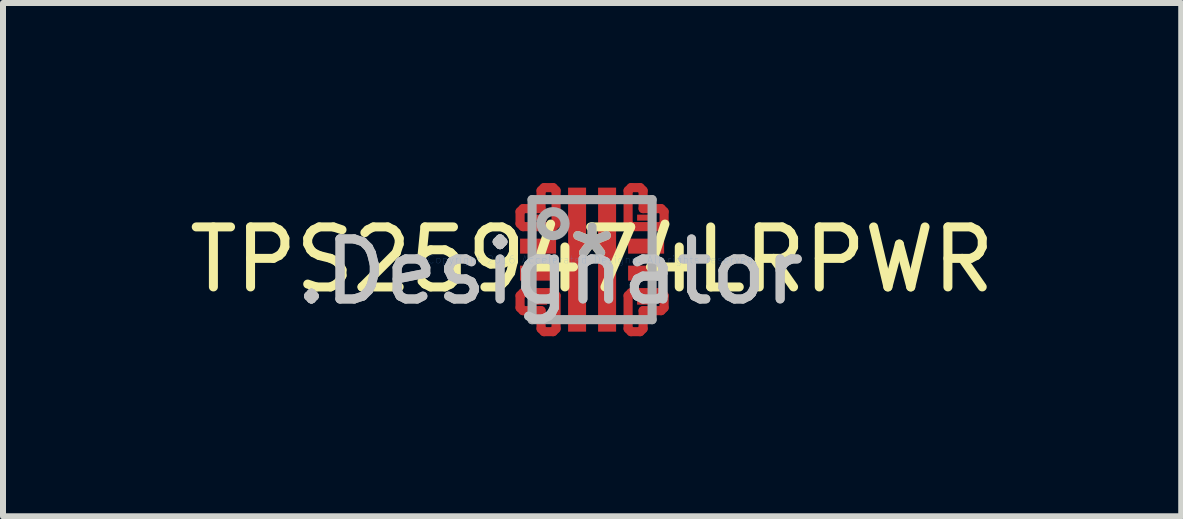
<source format=kicad_pcb>
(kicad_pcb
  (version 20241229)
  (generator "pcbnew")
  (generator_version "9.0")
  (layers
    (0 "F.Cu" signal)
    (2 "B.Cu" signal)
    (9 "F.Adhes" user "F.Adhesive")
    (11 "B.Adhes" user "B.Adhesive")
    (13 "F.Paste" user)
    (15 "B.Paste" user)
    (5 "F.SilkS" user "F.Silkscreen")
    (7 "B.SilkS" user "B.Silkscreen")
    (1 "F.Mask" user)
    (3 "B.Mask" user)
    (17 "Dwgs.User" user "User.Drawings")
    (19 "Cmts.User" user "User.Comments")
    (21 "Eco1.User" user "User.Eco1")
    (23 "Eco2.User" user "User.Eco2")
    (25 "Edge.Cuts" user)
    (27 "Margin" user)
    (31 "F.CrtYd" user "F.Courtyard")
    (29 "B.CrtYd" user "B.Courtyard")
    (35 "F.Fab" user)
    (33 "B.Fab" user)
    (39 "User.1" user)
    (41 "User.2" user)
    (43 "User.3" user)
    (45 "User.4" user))
  (footprint "TPS259474LRPWR"
    (layer "F.Cu")
    (at 6.815 1.276)
    (property "Reference" "TPS259474LRPWR" (at 0 0 0) (layer "F.SilkS") (effects (font (size 1 1) (thickness 0.15))))
    (attr through_hole)
    (fp_line (start -1.2 -0.6) (end -1.15 -0.55) (stroke (width 0.152) (type solid)) (layer "F.Cu"))
    (fp_line (start -1.2 0.6) (end -1.15 0.55) (stroke (width 0.152) (type solid)) (layer "F.Cu"))
    (fp_line (start -1.2 -0.8) (end -1.2 -0.6) (stroke (width 0.152) (type solid)) (layer "F.Cu"))
    (fp_line (start -1.2 0.8) (end -1.2 0.6) (stroke (width 0.152) (type solid)) (layer "F.Cu"))
    (fp_line (start -1.15 -0.85) (end -1.2 -0.8) (stroke (width 0.152) (type solid)) (layer "F.Cu"))
    (fp_line (start -1.15 -0.55) (end -0.65 -0.55) (stroke (width 0.152) (type solid)) (layer "F.Cu"))
    (fp_line (start -1.15 0.55) (end -0.65 0.55) (stroke (width 0.152) (type solid)) (layer "F.Cu"))
    (fp_line (start -1.15 0.85) (end -1.2 0.8) (stroke (width 0.152) (type solid)) (layer "F.Cu"))
    (fp_line (start -0.85 -1.15) (end -0.85 -0.85) (stroke (width 0.152) (type solid)) (layer "F.Cu"))
    (fp_line (start -0.85 -0.85) (end -1.15 -0.85) (stroke (width 0.152) (type solid)) (layer "F.Cu"))
    (fp_line (start -0.85 0.85) (end -1.15 0.85) (stroke (width 0.152) (type solid)) (layer "F.Cu"))
    (fp_line (start -0.85 1.15) (end -0.85 0.85) (stroke (width 0.152) (type solid)) (layer "F.Cu"))
    (fp_line (start -0.8 -1.2) (end -0.85 -1.15) (stroke (width 0.152) (type solid)) (layer "F.Cu"))
    (fp_line (start -0.8 1.2) (end -0.85 1.15) (stroke (width 0.152) (type solid)) (layer "F.Cu"))
    (fp_line (start -0.65 -1.2) (end -0.8 -1.2) (stroke (width 0.152) (type solid)) (layer "F.Cu"))
    (fp_line (start -0.65 -0.55) (end -0.6 -0.6) (stroke (width 0.152) (type solid)) (layer "F.Cu"))
    (fp_line (start -0.65 0.55) (end -0.6 0.6) (stroke (width 0.152) (type solid)) (layer "F.Cu"))
    (fp_line (start -0.65 1.2) (end -0.8 1.2) (stroke (width 0.152) (type solid)) (layer "F.Cu"))
    (fp_line (start -0.6 -1.15) (end -0.65 -1.2) (stroke (width 0.152) (type solid)) (layer "F.Cu"))
    (fp_line (start -0.6 -0.6) (end -0.6 -1.15) (stroke (width 0.152) (type solid)) (layer "F.Cu"))
    (fp_line (start -0.6 0.6) (end -0.6 1.15) (stroke (width 0.152) (type solid)) (layer "F.Cu"))
    (fp_line (start -0.6 1.15) (end -0.65 1.2) (stroke (width 0.152) (type solid)) (layer "F.Cu"))
    (fp_line (start 0.6 -1.15) (end 0.65 -1.2) (stroke (width 0.152) (type solid)) (layer "F.Cu"))
    (fp_line (start 0.6 -0.6) (end 0.6 -1.15) (stroke (width 0.152) (type solid)) (layer "F.Cu"))
    (fp_line (start 0.6 0.6) (end 0.6 1.15) (stroke (width 0.152) (type solid)) (layer "F.Cu"))
    (fp_line (start 0.6 1.15) (end 0.65 1.2) (stroke (width 0.152) (type solid)) (layer "F.Cu"))
    (fp_line (start 0.65 -1.2) (end 0.8 -1.2) (stroke (width 0.152) (type solid)) (layer "F.Cu"))
    (fp_line (start 0.65 -0.55) (end 0.6 -0.6) (stroke (width 0.152) (type solid)) (layer "F.Cu"))
    (fp_line (start 0.65 0.55) (end 0.6 0.6) (stroke (width 0.152) (type solid)) (layer "F.Cu"))
    (fp_line (start 0.65 1.2) (end 0.8 1.2) (stroke (width 0.152) (type solid)) (layer "F.Cu"))
    (fp_line (start 0.8 -1.2) (end 0.85 -1.15) (stroke (width 0.152) (type solid)) (layer "F.Cu"))
    (fp_line (start 0.8 1.2) (end 0.85 1.15) (stroke (width 0.152) (type solid)) (layer "F.Cu"))
    (fp_line (start 0.85 -1.15) (end 0.85 -0.85) (stroke (width 0.152) (type solid)) (layer "F.Cu"))
    (fp_line (start 0.85 -0.85) (end 1.15 -0.85) (stroke (width 0.152) (type solid)) (layer "F.Cu"))
    (fp_line (start 0.85 0.85) (end 1.15 0.85) (stroke (width 0.152) (type solid)) (layer "F.Cu"))
    (fp_line (start 0.85 1.15) (end 0.85 0.85) (stroke (width 0.152) (type solid)) (layer "F.Cu"))
    (fp_line (start 1.15 -0.85) (end 1.2 -0.8) (stroke (width 0.152) (type solid)) (layer "F.Cu"))
    (fp_line (start 1.15 -0.55) (end 0.65 -0.55) (stroke (width 0.152) (type solid)) (layer "F.Cu"))
    (fp_line (start 1.15 0.55) (end 0.65 0.55) (stroke (width 0.152) (type solid)) (layer "F.Cu"))
    (fp_line (start 1.15 0.85) (end 1.2 0.8) (stroke (width 0.152) (type solid)) (layer "F.Cu"))
    (fp_line (start 1.2 -0.8) (end 1.2 -0.6) (stroke (width 0.152) (type solid)) (layer "F.Cu"))
    (fp_line (start 1.2 0.8) (end 1.2 0.6) (stroke (width 0.152) (type solid)) (layer "F.Cu"))
    (fp_line (start 1.2 -0.6) (end 1.15 -0.55) (stroke (width 0.152) (type solid)) (layer "F.Cu"))
    (fp_line (start 1.2 0.6) (end 1.15 0.55) (stroke (width 0.152) (type solid)) (layer "F.Cu"))
    (fp_line (start -1.2 -0.6) (end -1.2 -0.8) (stroke (width 0.152) (type solid)) (layer "F.Mask"))
    (fp_line (start -1.2 0.6) (end -1.15 0.55) (stroke (width 0.152) (type solid)) (layer "F.Mask"))
    (fp_line (start -1.2 -0.8) (end -1.15 -0.85) (stroke (width 0.152) (type solid)) (layer "F.Mask"))
    (fp_line (start -1.2 0.8) (end -1.2 0.6) (stroke (width 0.152) (type solid)) (layer "F.Mask"))
    (fp_line (start -1.15 -0.85) (end -0.85 -0.85) (stroke (width 0.152) (type solid)) (layer "F.Mask"))
    (fp_line (start -1.15 -0.55) (end -1.2 -0.6) (stroke (width 0.152) (type solid)) (layer "F.Mask"))
    (fp_line (start -1.15 0.55) (end -0.65 0.55) (stroke (width 0.152) (type solid)) (layer "F.Mask"))
    (fp_line (start -1.15 0.85) (end -1.2 0.8) (stroke (width 0.152) (type solid)) (layer "F.Mask"))
    (fp_line (start -0.85 -1.15) (end -0.8 -1.2) (stroke (width 0.152) (type solid)) (layer "F.Mask"))
    (fp_line (start -0.85 -0.85) (end -0.85 -1.15) (stroke (width 0.152) (type solid)) (layer "F.Mask"))
    (fp_line (start -0.85 0.85) (end -1.15 0.85) (stroke (width 0.152) (type solid)) (layer "F.Mask"))
    (fp_line (start -0.85 1.15) (end -0.85 0.85) (stroke (width 0.152) (type solid)) (layer "F.Mask"))
    (fp_line (start -0.8 -1.2) (end -0.65 -1.2) (stroke (width 0.152) (type solid)) (layer "F.Mask"))
    (fp_line (start -0.8 1.2) (end -0.85 1.15) (stroke (width 0.152) (type solid)) (layer "F.Mask"))
    (fp_line (start -0.65 -1.2) (end -0.6 -1.15) (stroke (width 0.152) (type solid)) (layer "F.Mask"))
    (fp_line (start -0.65 -0.55) (end -1.15 -0.55) (stroke (width 0.152) (type solid)) (layer "F.Mask"))
    (fp_line (start -0.65 0.55) (end -0.6 0.6) (stroke (width 0.152) (type solid)) (layer "F.Mask"))
    (fp_line (start -0.65 1.2) (end -0.8 1.2) (stroke (width 0.152) (type solid)) (layer "F.Mask"))
    (fp_line (start -0.6 -1.15) (end -0.6 -0.6) (stroke (width 0.152) (type solid)) (layer "F.Mask"))
    (fp_line (start -0.6 -0.6) (end -0.65 -0.55) (stroke (width 0.152) (type solid)) (layer "F.Mask"))
    (fp_line (start -0.6 0.6) (end -0.6 1.15) (stroke (width 0.152) (type solid)) (layer "F.Mask"))
    (fp_line (start -0.6 1.15) (end -0.65 1.2) (stroke (width 0.152) (type solid)) (layer "F.Mask"))
    (fp_line (start 0.6 -1.15) (end 0.65 -1.2) (stroke (width 0.152) (type solid)) (layer "F.Mask"))
    (fp_line (start 0.6 -0.6) (end 0.6 -1.15) (stroke (width 0.152) (type solid)) (layer "F.Mask"))
    (fp_line (start 0.6 0.6) (end 0.65 0.55) (stroke (width 0.152) (type solid)) (layer "F.Mask"))
    (fp_line (start 0.6 1.15) (end 0.6 0.6) (stroke (width 0.152) (type solid)) (layer "F.Mask"))
    (fp_line (start 0.65 -1.2) (end 0.8 -1.2) (stroke (width 0.152) (type solid)) (layer "F.Mask"))
    (fp_line (start 0.65 -0.55) (end 0.6 -0.6) (stroke (width 0.152) (type solid)) (layer "F.Mask"))
    (fp_line (start 0.65 0.55) (end 1.15 0.55) (stroke (width 0.152) (type solid)) (layer "F.Mask"))
    (fp_line (start 0.65 1.2) (end 0.6 1.15) (stroke (width 0.152) (type solid)) (layer "F.Mask"))
    (fp_line (start 0.8 -1.2) (end 0.85 -1.15) (stroke (width 0.152) (type solid)) (layer "F.Mask"))
    (fp_line (start 0.8 1.2) (end 0.65 1.2) (stroke (width 0.152) (type solid)) (layer "F.Mask"))
    (fp_line (start 0.85 -1.15) (end 0.85 -0.85) (stroke (width 0.152) (type solid)) (layer "F.Mask"))
    (fp_line (start 0.85 -0.85) (end 1.15 -0.85) (stroke (width 0.152) (type solid)) (layer "F.Mask"))
    (fp_line (start 0.85 0.85) (end 0.85 1.15) (stroke (width 0.152) (type solid)) (layer "F.Mask"))
    (fp_line (start 0.85 1.15) (end 0.8 1.2) (stroke (width 0.152) (type solid)) (layer "F.Mask"))
    (fp_line (start 1.15 -0.85) (end 1.2 -0.8) (stroke (width 0.152) (type solid)) (layer "F.Mask"))
    (fp_line (start 1.15 -0.55) (end 0.65 -0.55) (stroke (width 0.152) (type solid)) (layer "F.Mask"))
    (fp_line (start 1.15 0.55) (end 1.2 0.6) (stroke (width 0.152) (type solid)) (layer "F.Mask"))
    (fp_line (start 1.15 0.85) (end 0.85 0.85) (stroke (width 0.152) (type solid)) (layer "F.Mask"))
    (fp_line (start 1.2 -0.8) (end 1.2 -0.6) (stroke (width 0.152) (type solid)) (layer "F.Mask"))
    (fp_line (start 1.2 0.8) (end 1.15 0.85) (stroke (width 0.152) (type solid)) (layer "F.Mask"))
    (fp_line (start 1.2 -0.6) (end 1.15 -0.55) (stroke (width 0.152) (type solid)) (layer "F.Mask"))
    (fp_line (start 1.2 0.6) (end 1.2 0.8) (stroke (width 0.152) (type solid)) (layer "F.Mask"))
    (fp_line (start -1.2 -0.775) (end -1.15 -0.825) (stroke (width 0.152) (type solid)) (layer "F.Paste"))
    (fp_line (start -1.2 -0.6) (end -1.2 -0.775) (stroke (width 0.152) (type solid)) (layer "F.Paste"))
    (fp_line (start -1.2 0.6) (end -1.2 0.775) (stroke (width 0.152) (type solid)) (layer "F.Paste"))
    (fp_line (start -1.2 0.775) (end -1.15 0.825) (stroke (width 0.152) (type solid)) (layer "F.Paste"))
    (fp_line (start -1.15 -0.825) (end -0.825 -0.825) (stroke (width 0.152) (type solid)) (layer "F.Paste"))
    (fp_line (start -1.15 -0.55) (end -1.2 -0.6) (stroke (width 0.152) (type solid)) (layer "F.Paste"))
    (fp_line (start -1.15 0.55) (end -1.2 0.6) (stroke (width 0.152) (type solid)) (layer "F.Paste"))
    (fp_line (start -1.15 0.825) (end -0.825 0.825) (stroke (width 0.152) (type solid)) (layer "F.Paste"))
    (fp_line (start -0.825 -1.15) (end -0.775 -1.2) (stroke (width 0.152) (type solid)) (layer "F.Paste"))
    (fp_line (start -0.825 -0.825) (end -0.825 -1.15) (stroke (width 0.152) (type solid)) (layer "F.Paste"))
    (fp_line (start -0.825 0.825) (end -0.825 1.15) (stroke (width 0.152) (type solid)) (layer "F.Paste"))
    (fp_line (start -0.825 1.15) (end -0.775 1.2) (stroke (width 0.152) (type solid)) (layer "F.Paste"))
    (fp_line (start -0.775 -1.2) (end -0.65 -1.2) (stroke (width 0.152) (type solid)) (layer "F.Paste"))
    (fp_line (start -0.775 1.2) (end -0.65 1.2) (stroke (width 0.152) (type solid)) (layer "F.Paste"))
    (fp_line (start -0.65 -1.2) (end -0.6 -1.15) (stroke (width 0.152) (type solid)) (layer "F.Paste"))
    (fp_line (start -0.65 -0.55) (end -1.15 -0.55) (stroke (width 0.152) (type solid)) (layer "F.Paste"))
    (fp_line (start -0.65 0.55) (end -1.15 0.55) (stroke (width 0.152) (type solid)) (layer "F.Paste"))
    (fp_line (start -0.65 1.2) (end -0.6 1.15) (stroke (width 0.152) (type solid)) (layer "F.Paste"))
    (fp_line (start -0.6 -1.15) (end -0.6 -0.6) (stroke (width 0.152) (type solid)) (layer "F.Paste"))
    (fp_line (start -0.6 -0.6) (end -0.65 -0.55) (stroke (width 0.152) (type solid)) (layer "F.Paste"))
    (fp_line (start -0.6 0.6) (end -0.65 0.55) (stroke (width 0.152) (type solid)) (layer "F.Paste"))
    (fp_line (start -0.6 1.15) (end -0.6 0.6) (stroke (width 0.152) (type solid)) (layer "F.Paste"))
    (fp_line (start -0.39 -1.11) (end -0.39 -0.15) (stroke (width 0.152) (type solid)) (layer "F.Paste"))
    (fp_line (start -0.39 -0.15) (end -0.34 -0.1) (stroke (width 0.152) (type solid)) (layer "F.Paste"))
    (fp_line (start -0.39 0.15) (end -0.34 0.1) (stroke (width 0.152) (type solid)) (layer "F.Paste"))
    (fp_line (start -0.39 1.11) (end -0.39 0.15) (stroke (width 0.152) (type solid)) (layer "F.Paste"))
    (fp_line (start -0.34 -1.16) (end -0.39 -1.11) (stroke (width 0.152) (type solid)) (layer "F.Paste"))
    (fp_line (start -0.34 -0.1) (end -0.16 -0.1) (stroke (width 0.152) (type solid)) (layer "F.Paste"))
    (fp_line (start -0.34 0.1) (end -0.16 0.1) (stroke (width 0.152) (type solid)) (layer "F.Paste"))
    (fp_line (start -0.34 1.16) (end -0.39 1.11) (stroke (width 0.152) (type solid)) (layer "F.Paste"))
    (fp_line (start -0.16 -1.16) (end -0.34 -1.16) (stroke (width 0.152) (type solid)) (layer "F.Paste"))
    (fp_line (start -0.16 -0.1) (end -0.11 -0.15) (stroke (width 0.152) (type solid)) (layer "F.Paste"))
    (fp_line (start -0.16 0.1) (end -0.11 0.15) (stroke (width 0.152) (type solid)) (layer "F.Paste"))
    (fp_line (start -0.16 1.16) (end -0.34 1.16) (stroke (width 0.152) (type solid)) (layer "F.Paste"))
    (fp_line (start -0.11 -1.11) (end -0.16 -1.16) (stroke (width 0.152) (type solid)) (layer "F.Paste"))
    (fp_line (start -0.11 -0.15) (end -0.11 -1.11) (stroke (width 0.152) (type solid)) (layer "F.Paste"))
    (fp_line (start -0.11 0.15) (end -0.11 1.11) (stroke (width 0.152) (type solid)) (layer "F.Paste"))
    (fp_line (start -0.11 1.11) (end -0.16 1.16) (stroke (width 0.152) (type solid)) (layer "F.Paste"))
    (fp_line (start 0.11 -1.11) (end 0.16 -1.16) (stroke (width 0.152) (type solid)) (layer "F.Paste"))
    (fp_line (start 0.11 -0.15) (end 0.11 -1.11) (stroke (width 0.152) (type solid)) (layer "F.Paste"))
    (fp_line (start 0.11 0.15) (end 0.11 1.11) (stroke (width 0.152) (type solid)) (layer "F.Paste"))
    (fp_line (start 0.11 1.11) (end 0.16 1.16) (stroke (width 0.152) (type solid)) (layer "F.Paste"))
    (fp_line (start 0.16 -1.16) (end 0.34 -1.16) (stroke (width 0.152) (type solid)) (layer "F.Paste"))
    (fp_line (start 0.16 -0.1) (end 0.11 -0.15) (stroke (width 0.152) (type solid)) (layer "F.Paste"))
    (fp_line (start 0.16 0.1) (end 0.11 0.15) (stroke (width 0.152) (type solid)) (layer "F.Paste"))
    (fp_line (start 0.16 1.16) (end 0.34 1.16) (stroke (width 0.152) (type solid)) (layer "F.Paste"))
    (fp_line (start 0.34 -1.16) (end 0.39 -1.11) (stroke (width 0.152) (type solid)) (layer "F.Paste"))
    (fp_line (start 0.34 -0.1) (end 0.16 -0.1) (stroke (width 0.152) (type solid)) (layer "F.Paste"))
    (fp_line (start 0.34 0.1) (end 0.16 0.1) (stroke (width 0.152) (type solid)) (layer "F.Paste"))
    (fp_line (start 0.34 1.16) (end 0.39 1.11) (stroke (width 0.152) (type solid)) (layer "F.Paste"))
    (fp_line (start 0.39 -1.11) (end 0.39 -0.15) (stroke (width 0.152) (type solid)) (layer "F.Paste"))
    (fp_line (start 0.39 -0.15) (end 0.34 -0.1) (stroke (width 0.152) (type solid)) (layer "F.Paste"))
    (fp_line (start 0.39 0.15) (end 0.34 0.1) (stroke (width 0.152) (type solid)) (layer "F.Paste"))
    (fp_line (start 0.39 1.11) (end 0.39 0.15) (stroke (width 0.152) (type solid)) (layer "F.Paste"))
    (fp_line (start 0.6 -1.15) (end 0.6 -0.6) (stroke (width 0.152) (type solid)) (layer "F.Paste"))
    (fp_line (start 0.6 -0.6) (end 0.65 -0.55) (stroke (width 0.152) (type solid)) (layer "F.Paste"))
    (fp_line (start 0.6 0.6) (end 0.65 0.55) (stroke (width 0.152) (type solid)) (layer "F.Paste"))
    (fp_line (start 0.6 1.15) (end 0.6 0.6) (stroke (width 0.152) (type solid)) (layer "F.Paste"))
    (fp_line (start 0.65 -1.2) (end 0.6 -1.15) (stroke (width 0.152) (type solid)) (layer "F.Paste"))
    (fp_line (start 0.65 -0.55) (end 1.15 -0.55) (stroke (width 0.152) (type solid)) (layer "F.Paste"))
    (fp_line (start 0.65 0.55) (end 1.15 0.55) (stroke (width 0.152) (type solid)) (layer "F.Paste"))
    (fp_line (start 0.65 1.2) (end 0.6 1.15) (stroke (width 0.152) (type solid)) (layer "F.Paste"))
    (fp_line (start 0.775 -1.2) (end 0.65 -1.2) (stroke (width 0.152) (type solid)) (layer "F.Paste"))
    (fp_line (start 0.775 1.2) (end 0.65 1.2) (stroke (width 0.152) (type solid)) (layer "F.Paste"))
    (fp_line (start 0.825 -1.15) (end 0.775 -1.2) (stroke (width 0.152) (type solid)) (layer "F.Paste"))
    (fp_line (start 0.825 -0.825) (end 0.825 -1.15) (stroke (width 0.152) (type solid)) (layer "F.Paste"))
    (fp_line (start 0.825 0.825) (end 0.825 1.15) (stroke (width 0.152) (type solid)) (layer "F.Paste"))
    (fp_line (start 0.825 1.15) (end 0.775 1.2) (stroke (width 0.152) (type solid)) (layer "F.Paste"))
    (fp_line (start 1.15 -0.825) (end 0.825 -0.825) (stroke (width 0.152) (type solid)) (layer "F.Paste"))
    (fp_line (start 1.15 -0.55) (end 1.2 -0.6) (stroke (width 0.152) (type solid)) (layer "F.Paste"))
    (fp_line (start 1.15 0.55) (end 1.2 0.6) (stroke (width 0.152) (type solid)) (layer "F.Paste"))
    (fp_line (start 1.15 0.825) (end 0.825 0.825) (stroke (width 0.152) (type solid)) (layer "F.Paste"))
    (fp_line (start 1.2 -0.775) (end 1.15 -0.825) (stroke (width 0.152) (type solid)) (layer "F.Paste"))
    (fp_line (start 1.2 -0.6) (end 1.2 -0.775) (stroke (width 0.152) (type solid)) (layer "F.Paste"))
    (fp_line (start 1.2 0.6) (end 1.2 0.775) (stroke (width 0.152) (type solid)) (layer "F.Paste"))
    (fp_line (start 1.2 0.775) (end 1.15 0.825) (stroke (width 0.152) (type solid)) (layer "F.Paste"))
    (fp_line (start -1 -1) (end 1 -1) (stroke (width 0.152) (type solid)) (layer "F.Fab"))
    (fp_line (start -1 1) (end -1 -1) (stroke (width 0.152) (type solid)) (layer "F.Fab"))
    (fp_line (start -1 1) (end 1 1) (stroke (width 0.152) (type solid)) (layer "F.Fab"))
    (fp_line (start 1 1) (end 1 -1) (stroke (width 0.152) (type solid)) (layer "F.Fab"))
    (fp_circle (center -0.65 -0.6) (end -0.45 -0.6) (stroke (width 0.152) (type solid)) (fill no) (layer "F.Fab"))
    (fp_text user "*" (at 0 0 0) (layer "F.SilkS") (effects (font (size 1 1) (thickness 0.15))))
    (fp_text user ".Designator" (at -0.7 0.2 0) (layer "Dwgs.User") (effects (font (size 1 1) (thickness 0.15))))
    (fp_text user "Copyright 2016 Accelerated Designs. All rights reserved." (at 0 0 0) (layer "Cmts.User") (effects (font (size 0.127 0.127) (thickness 0.002))))
    (fp_text user ".Designator" (at -0.7 0.2 0) (layer "F.Fab") (effects (font (size 1 1) (thickness 0.15))))
    (fp_text user "*" (at 0 0 0) (layer "F.Fab") (effects (font (size 1 1) (thickness 0.15))))
    (pad "1" smd rect (at -0.9 -0.7 90) (size 0.1 0.3) (layers "F.Cu" "F.Mask" "F.Paste"))
    (pad "2" smd rect (at -0.9 -0.225 90) (size 0.25 0.6) (layers "F.Cu" "F.Mask" "F.Paste"))
    (pad "3" smd rect (at -0.9 0.225 90) (size 0.25 0.6) (layers "F.Cu" "F.Mask" "F.Paste"))
    (pad "4" smd rect (at -0.9 0.7 90) (size 0.1 0.3) (layers "F.Cu" "F.Mask" "F.Paste"))
    (pad "5" smd rect (at -0.25 -0.000003 90) (size 2.4 0.3) (layers "F.Cu" "F.Mask" "F.Paste"))
    (pad "6" smd rect (at 0.25 -0.000003 90) (size 2.4 0.3) (layers "F.Cu" "F.Mask" "F.Paste"))
    (pad "7" smd rect (at 0.9 0.7 90) (size 0.1 0.3) (layers "F.Cu" "F.Mask" "F.Paste"))
    (pad "8" smd rect (at 0.9 0.225 90) (size 0.25 0.6) (layers "F.Cu" "F.Mask" "F.Paste"))
    (pad "9" smd rect (at 0.9 -0.225 90) (size 0.25 0.6) (layers "F.Cu" "F.Mask" "F.Paste"))
    (pad "10" smd rect (at 0.9 -0.7 90) (size 0.1 0.3) (layers "F.Cu" "F.Mask" "F.Paste")))
  (gr_rect
    (start -3 -3)
    (end 16.631 5.552)
    (stroke (width 0.1) (type default))
    (fill no)
    (layer "Edge.Cuts")))
</source>
